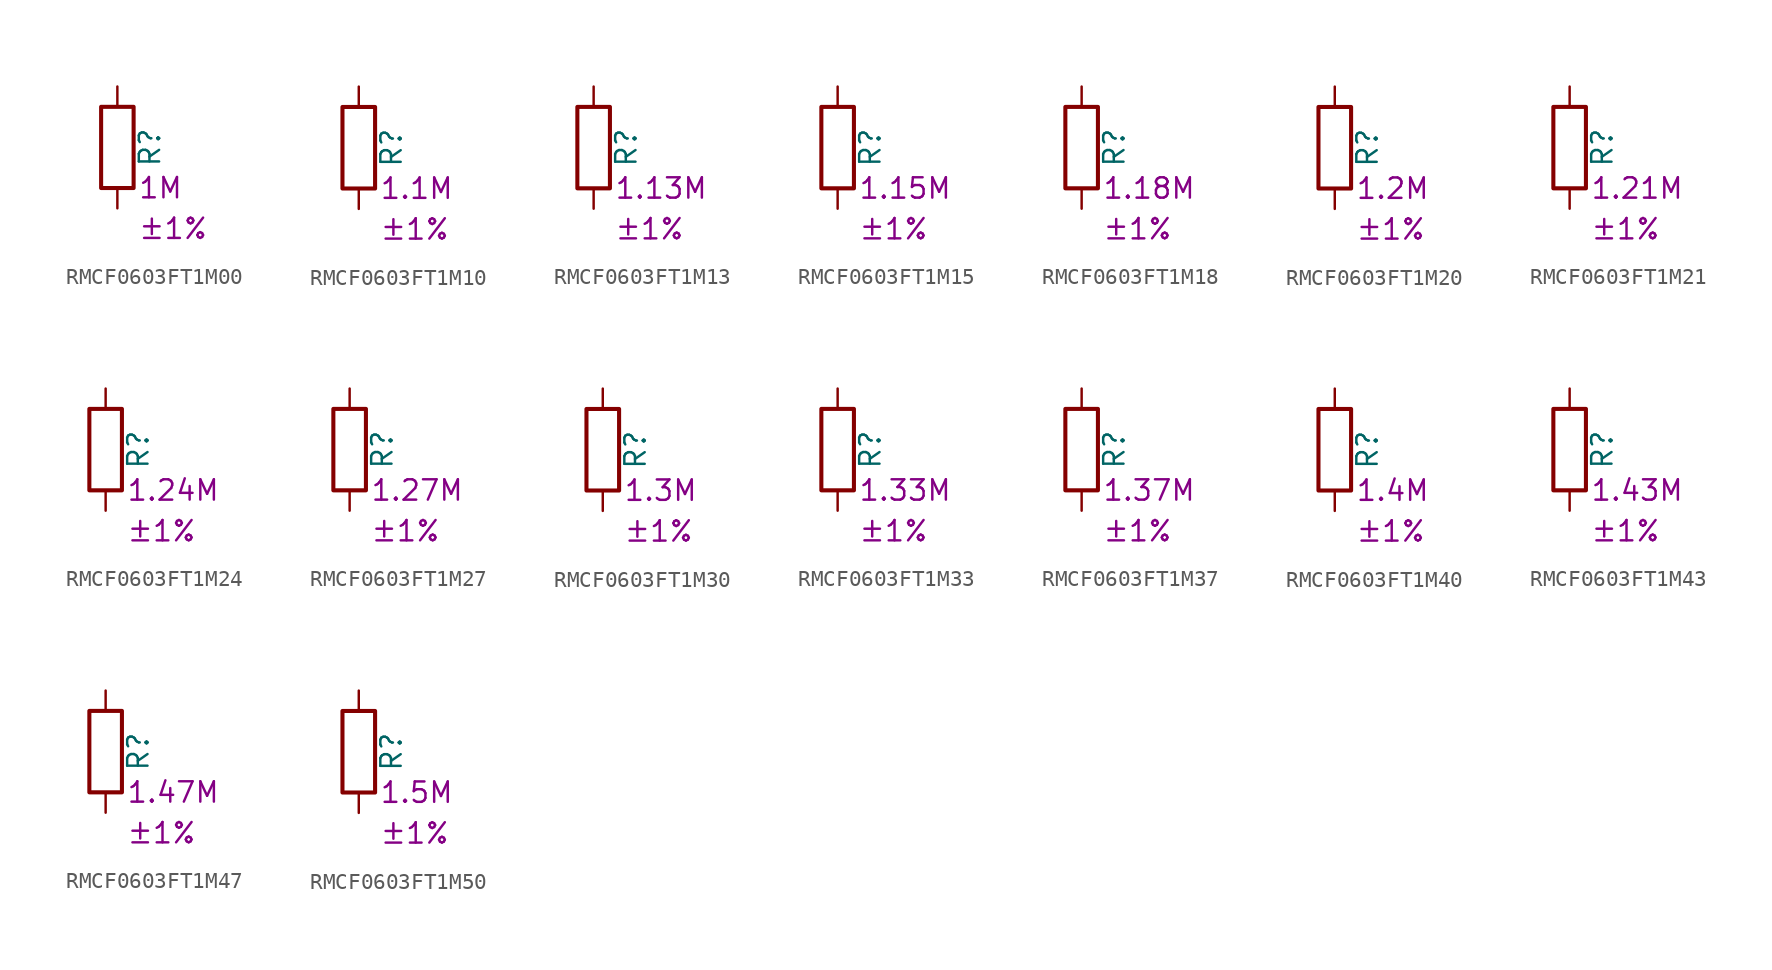
<source format=kicad_sym>
(kicad_symbol_lib
  (version 20220914)
  (generator kicad_symbol_editor)
  (symbol "RMCF0603FT1M00"
    (pin_numbers hide)
    (pin_names
      (offset 0))
    (property "Reference" "R"
      (at 2.032 0 90)
      (effects (font (size 1.27 1.27))))
    (property "Resistance" "1M"
      (at 1.27 -2.54 0)
      (effects (font (size 1.27 1.27)) (justify left)))
    (property "Tolerance" "±1%"
      (at 1.27 -5.08 0)
      (effects (font (size 1.27 1.27)) (justify left)))
    (symbol "RMCF0603FT1M00_0_1"
      (rectangle (start -1.016 -2.54) (end 1.016 2.54) (stroke (width 0.254) (type default)) (fill (type none))))
    (symbol "RMCF0603FT1M00_1_1"
      (pin passive line (at 0 3.81 270) (length 1.27) (name "~" (effects (font (size 1.27 1.27)))) (number "1" (effects (font (size 1.27 1.27)))))
      (pin passive line (at 0 -3.81 90) (length 1.27) (name "~" (effects (font (size 1.27 1.27)))) (number "2" (effects (font (size 1.27 1.27)))))))
  (symbol "RMCF0603FT1M10"
    (pin_numbers hide)
    (pin_names
      (offset 0))
    (property "Reference" "R"
      (at 2.032 0 90)
      (effects (font (size 1.27 1.27))))
    (property "Resistance" "1.1M"
      (at 1.27 -2.54 0)
      (effects (font (size 1.27 1.27)) (justify left)))
    (property "Tolerance" "±1%"
      (at 1.27 -5.08 0)
      (effects (font (size 1.27 1.27)) (justify left)))
    (symbol "RMCF0603FT1M10_0_1"
      (rectangle (start -1.016 -2.54) (end 1.016 2.54) (stroke (width 0.254) (type default)) (fill (type none))))
    (symbol "RMCF0603FT1M10_1_1"
      (pin passive line (at 0 3.81 270) (length 1.27) (name "~" (effects (font (size 1.27 1.27)))) (number "1" (effects (font (size 1.27 1.27)))))
      (pin passive line (at 0 -3.81 90) (length 1.27) (name "~" (effects (font (size 1.27 1.27)))) (number "2" (effects (font (size 1.27 1.27)))))))
  (symbol "RMCF0603FT1M13"
    (pin_numbers hide)
    (pin_names
      (offset 0))
    (property "Reference" "R"
      (at 2.032 0 90)
      (effects (font (size 1.27 1.27))))
    (property "Resistance" "1.13M"
      (at 1.27 -2.54 0)
      (effects (font (size 1.27 1.27)) (justify left)))
    (property "Tolerance" "±1%"
      (at 1.27 -5.08 0)
      (effects (font (size 1.27 1.27)) (justify left)))
    (symbol "RMCF0603FT1M13_0_1"
      (rectangle (start -1.016 -2.54) (end 1.016 2.54) (stroke (width 0.254) (type default)) (fill (type none))))
    (symbol "RMCF0603FT1M13_1_1"
      (pin passive line (at 0 3.81 270) (length 1.27) (name "~" (effects (font (size 1.27 1.27)))) (number "1" (effects (font (size 1.27 1.27)))))
      (pin passive line (at 0 -3.81 90) (length 1.27) (name "~" (effects (font (size 1.27 1.27)))) (number "2" (effects (font (size 1.27 1.27)))))))
  (symbol "RMCF0603FT1M15"
    (pin_numbers hide)
    (pin_names
      (offset 0))
    (property "Reference" "R"
      (at 2.032 0 90)
      (effects (font (size 1.27 1.27))))
    (property "Resistance" "1.15M"
      (at 1.27 -2.54 0)
      (effects (font (size 1.27 1.27)) (justify left)))
    (property "Tolerance" "±1%"
      (at 1.27 -5.08 0)
      (effects (font (size 1.27 1.27)) (justify left)))
    (symbol "RMCF0603FT1M15_0_1"
      (rectangle (start -1.016 -2.54) (end 1.016 2.54) (stroke (width 0.254) (type default)) (fill (type none))))
    (symbol "RMCF0603FT1M15_1_1"
      (pin passive line (at 0 3.81 270) (length 1.27) (name "~" (effects (font (size 1.27 1.27)))) (number "1" (effects (font (size 1.27 1.27)))))
      (pin passive line (at 0 -3.81 90) (length 1.27) (name "~" (effects (font (size 1.27 1.27)))) (number "2" (effects (font (size 1.27 1.27)))))))
  (symbol "RMCF0603FT1M18"
    (pin_numbers hide)
    (pin_names
      (offset 0))
    (property "Reference" "R"
      (at 2.032 0 90)
      (effects (font (size 1.27 1.27))))
    (property "Resistance" "1.18M"
      (at 1.27 -2.54 0)
      (effects (font (size 1.27 1.27)) (justify left)))
    (property "Tolerance" "±1%"
      (at 1.27 -5.08 0)
      (effects (font (size 1.27 1.27)) (justify left)))
    (symbol "RMCF0603FT1M18_0_1"
      (rectangle (start -1.016 -2.54) (end 1.016 2.54) (stroke (width 0.254) (type default)) (fill (type none))))
    (symbol "RMCF0603FT1M18_1_1"
      (pin passive line (at 0 3.81 270) (length 1.27) (name "~" (effects (font (size 1.27 1.27)))) (number "1" (effects (font (size 1.27 1.27)))))
      (pin passive line (at 0 -3.81 90) (length 1.27) (name "~" (effects (font (size 1.27 1.27)))) (number "2" (effects (font (size 1.27 1.27)))))))
  (symbol "RMCF0603FT1M20"
    (pin_numbers hide)
    (pin_names
      (offset 0))
    (property "Reference" "R"
      (at 2.032 0 90)
      (effects (font (size 1.27 1.27))))
    (property "Resistance" "1.2M"
      (at 1.27 -2.54 0)
      (effects (font (size 1.27 1.27)) (justify left)))
    (property "Tolerance" "±1%"
      (at 1.27 -5.08 0)
      (effects (font (size 1.27 1.27)) (justify left)))
    (symbol "RMCF0603FT1M20_0_1"
      (rectangle (start -1.016 -2.54) (end 1.016 2.54) (stroke (width 0.254) (type default)) (fill (type none))))
    (symbol "RMCF0603FT1M20_1_1"
      (pin passive line (at 0 3.81 270) (length 1.27) (name "~" (effects (font (size 1.27 1.27)))) (number "1" (effects (font (size 1.27 1.27)))))
      (pin passive line (at 0 -3.81 90) (length 1.27) (name "~" (effects (font (size 1.27 1.27)))) (number "2" (effects (font (size 1.27 1.27)))))))
  (symbol "RMCF0603FT1M21"
    (pin_numbers hide)
    (pin_names
      (offset 0))
    (property "Reference" "R"
      (at 2.032 0 90)
      (effects (font (size 1.27 1.27))))
    (property "Resistance" "1.21M"
      (at 1.27 -2.54 0)
      (effects (font (size 1.27 1.27)) (justify left)))
    (property "Tolerance" "±1%"
      (at 1.27 -5.08 0)
      (effects (font (size 1.27 1.27)) (justify left)))
    (symbol "RMCF0603FT1M21_0_1"
      (rectangle (start -1.016 -2.54) (end 1.016 2.54) (stroke (width 0.254) (type default)) (fill (type none))))
    (symbol "RMCF0603FT1M21_1_1"
      (pin passive line (at 0 3.81 270) (length 1.27) (name "~" (effects (font (size 1.27 1.27)))) (number "1" (effects (font (size 1.27 1.27)))))
      (pin passive line (at 0 -3.81 90) (length 1.27) (name "~" (effects (font (size 1.27 1.27)))) (number "2" (effects (font (size 1.27 1.27)))))))
  (symbol "RMCF0603FT1M24"
    (pin_numbers hide)
    (pin_names
      (offset 0))
    (property "Reference" "R"
      (at 2.032 0 90)
      (effects (font (size 1.27 1.27))))
    (property "Resistance" "1.24M"
      (at 1.27 -2.54 0)
      (effects (font (size 1.27 1.27)) (justify left)))
    (property "Tolerance" "±1%"
      (at 1.27 -5.08 0)
      (effects (font (size 1.27 1.27)) (justify left)))
    (symbol "RMCF0603FT1M24_0_1"
      (rectangle (start -1.016 -2.54) (end 1.016 2.54) (stroke (width 0.254) (type default)) (fill (type none))))
    (symbol "RMCF0603FT1M24_1_1"
      (pin passive line (at 0 3.81 270) (length 1.27) (name "~" (effects (font (size 1.27 1.27)))) (number "1" (effects (font (size 1.27 1.27)))))
      (pin passive line (at 0 -3.81 90) (length 1.27) (name "~" (effects (font (size 1.27 1.27)))) (number "2" (effects (font (size 1.27 1.27)))))))
  (symbol "RMCF0603FT1M27"
    (pin_numbers hide)
    (pin_names
      (offset 0))
    (property "Reference" "R"
      (at 2.032 0 90)
      (effects (font (size 1.27 1.27))))
    (property "Resistance" "1.27M"
      (at 1.27 -2.54 0)
      (effects (font (size 1.27 1.27)) (justify left)))
    (property "Tolerance" "±1%"
      (at 1.27 -5.08 0)
      (effects (font (size 1.27 1.27)) (justify left)))
    (symbol "RMCF0603FT1M27_0_1"
      (rectangle (start -1.016 -2.54) (end 1.016 2.54) (stroke (width 0.254) (type default)) (fill (type none))))
    (symbol "RMCF0603FT1M27_1_1"
      (pin passive line (at 0 3.81 270) (length 1.27) (name "~" (effects (font (size 1.27 1.27)))) (number "1" (effects (font (size 1.27 1.27)))))
      (pin passive line (at 0 -3.81 90) (length 1.27) (name "~" (effects (font (size 1.27 1.27)))) (number "2" (effects (font (size 1.27 1.27)))))))
  (symbol "RMCF0603FT1M30"
    (pin_numbers hide)
    (pin_names
      (offset 0))
    (property "Reference" "R"
      (at 2.032 0 90)
      (effects (font (size 1.27 1.27))))
    (property "Resistance" "1.3M"
      (at 1.27 -2.54 0)
      (effects (font (size 1.27 1.27)) (justify left)))
    (property "Tolerance" "±1%"
      (at 1.27 -5.08 0)
      (effects (font (size 1.27 1.27)) (justify left)))
    (symbol "RMCF0603FT1M30_0_1"
      (rectangle (start -1.016 -2.54) (end 1.016 2.54) (stroke (width 0.254) (type default)) (fill (type none))))
    (symbol "RMCF0603FT1M30_1_1"
      (pin passive line (at 0 3.81 270) (length 1.27) (name "~" (effects (font (size 1.27 1.27)))) (number "1" (effects (font (size 1.27 1.27)))))
      (pin passive line (at 0 -3.81 90) (length 1.27) (name "~" (effects (font (size 1.27 1.27)))) (number "2" (effects (font (size 1.27 1.27)))))))
  (symbol "RMCF0603FT1M33"
    (pin_numbers hide)
    (pin_names
      (offset 0))
    (property "Reference" "R"
      (at 2.032 0 90)
      (effects (font (size 1.27 1.27))))
    (property "Resistance" "1.33M"
      (at 1.27 -2.54 0)
      (effects (font (size 1.27 1.27)) (justify left)))
    (property "Tolerance" "±1%"
      (at 1.27 -5.08 0)
      (effects (font (size 1.27 1.27)) (justify left)))
    (symbol "RMCF0603FT1M33_0_1"
      (rectangle (start -1.016 -2.54) (end 1.016 2.54) (stroke (width 0.254) (type default)) (fill (type none))))
    (symbol "RMCF0603FT1M33_1_1"
      (pin passive line (at 0 3.81 270) (length 1.27) (name "~" (effects (font (size 1.27 1.27)))) (number "1" (effects (font (size 1.27 1.27)))))
      (pin passive line (at 0 -3.81 90) (length 1.27) (name "~" (effects (font (size 1.27 1.27)))) (number "2" (effects (font (size 1.27 1.27)))))))
  (symbol "RMCF0603FT1M37"
    (pin_numbers hide)
    (pin_names
      (offset 0))
    (property "Reference" "R"
      (at 2.032 0 90)
      (effects (font (size 1.27 1.27))))
    (property "Resistance" "1.37M"
      (at 1.27 -2.54 0)
      (effects (font (size 1.27 1.27)) (justify left)))
    (property "Tolerance" "±1%"
      (at 1.27 -5.08 0)
      (effects (font (size 1.27 1.27)) (justify left)))
    (symbol "RMCF0603FT1M37_0_1"
      (rectangle (start -1.016 -2.54) (end 1.016 2.54) (stroke (width 0.254) (type default)) (fill (type none))))
    (symbol "RMCF0603FT1M37_1_1"
      (pin passive line (at 0 3.81 270) (length 1.27) (name "~" (effects (font (size 1.27 1.27)))) (number "1" (effects (font (size 1.27 1.27)))))
      (pin passive line (at 0 -3.81 90) (length 1.27) (name "~" (effects (font (size 1.27 1.27)))) (number "2" (effects (font (size 1.27 1.27)))))))
  (symbol "RMCF0603FT1M40"
    (pin_numbers hide)
    (pin_names
      (offset 0))
    (property "Reference" "R"
      (at 2.032 0 90)
      (effects (font (size 1.27 1.27))))
    (property "Resistance" "1.4M"
      (at 1.27 -2.54 0)
      (effects (font (size 1.27 1.27)) (justify left)))
    (property "Tolerance" "±1%"
      (at 1.27 -5.08 0)
      (effects (font (size 1.27 1.27)) (justify left)))
    (symbol "RMCF0603FT1M40_0_1"
      (rectangle (start -1.016 -2.54) (end 1.016 2.54) (stroke (width 0.254) (type default)) (fill (type none))))
    (symbol "RMCF0603FT1M40_1_1"
      (pin passive line (at 0 3.81 270) (length 1.27) (name "~" (effects (font (size 1.27 1.27)))) (number "1" (effects (font (size 1.27 1.27)))))
      (pin passive line (at 0 -3.81 90) (length 1.27) (name "~" (effects (font (size 1.27 1.27)))) (number "2" (effects (font (size 1.27 1.27)))))))
  (symbol "RMCF0603FT1M43"
    (pin_numbers hide)
    (pin_names
      (offset 0))
    (property "Reference" "R"
      (at 2.032 0 90)
      (effects (font (size 1.27 1.27))))
    (property "Resistance" "1.43M"
      (at 1.27 -2.54 0)
      (effects (font (size 1.27 1.27)) (justify left)))
    (property "Tolerance" "±1%"
      (at 1.27 -5.08 0)
      (effects (font (size 1.27 1.27)) (justify left)))
    (symbol "RMCF0603FT1M43_0_1"
      (rectangle (start -1.016 -2.54) (end 1.016 2.54) (stroke (width 0.254) (type default)) (fill (type none))))
    (symbol "RMCF0603FT1M43_1_1"
      (pin passive line (at 0 3.81 270) (length 1.27) (name "~" (effects (font (size 1.27 1.27)))) (number "1" (effects (font (size 1.27 1.27)))))
      (pin passive line (at 0 -3.81 90) (length 1.27) (name "~" (effects (font (size 1.27 1.27)))) (number "2" (effects (font (size 1.27 1.27)))))))
  (symbol "RMCF0603FT1M47"
    (pin_numbers hide)
    (pin_names
      (offset 0))
    (property "Reference" "R"
      (at 2.032 0 90)
      (effects (font (size 1.27 1.27))))
    (property "Resistance" "1.47M"
      (at 1.27 -2.54 0)
      (effects (font (size 1.27 1.27)) (justify left)))
    (property "Tolerance" "±1%"
      (at 1.27 -5.08 0)
      (effects (font (size 1.27 1.27)) (justify left)))
    (symbol "RMCF0603FT1M47_0_1"
      (rectangle (start -1.016 -2.54) (end 1.016 2.54) (stroke (width 0.254) (type default)) (fill (type none))))
    (symbol "RMCF0603FT1M47_1_1"
      (pin passive line (at 0 3.81 270) (length 1.27) (name "~" (effects (font (size 1.27 1.27)))) (number "1" (effects (font (size 1.27 1.27)))))
      (pin passive line (at 0 -3.81 90) (length 1.27) (name "~" (effects (font (size 1.27 1.27)))) (number "2" (effects (font (size 1.27 1.27)))))))
  (symbol "RMCF0603FT1M50"
    (pin_numbers hide)
    (pin_names
      (offset 0))
    (property "Reference" "R"
      (at 2.032 0 90)
      (effects (font (size 1.27 1.27))))
    (property "Resistance" "1.5M"
      (at 1.27 -2.54 0)
      (effects (font (size 1.27 1.27)) (justify left)))
    (property "Tolerance" "±1%"
      (at 1.27 -5.08 0)
      (effects (font (size 1.27 1.27)) (justify left)))
    (symbol "RMCF0603FT1M50_0_1"
      (rectangle (start -1.016 -2.54) (end 1.016 2.54) (stroke (width 0.254) (type default)) (fill (type none))))
    (symbol "RMCF0603FT1M50_1_1"
      (pin passive line (at 0 3.81 270) (length 1.27) (name "~" (effects (font (size 1.27 1.27)))) (number "1" (effects (font (size 1.27 1.27)))))
      (pin passive line (at 0 -3.81 90) (length 1.27) (name "~" (effects (font (size 1.27 1.27)))) (number "2" (effects (font (size 1.27 1.27))))))))
</source>
